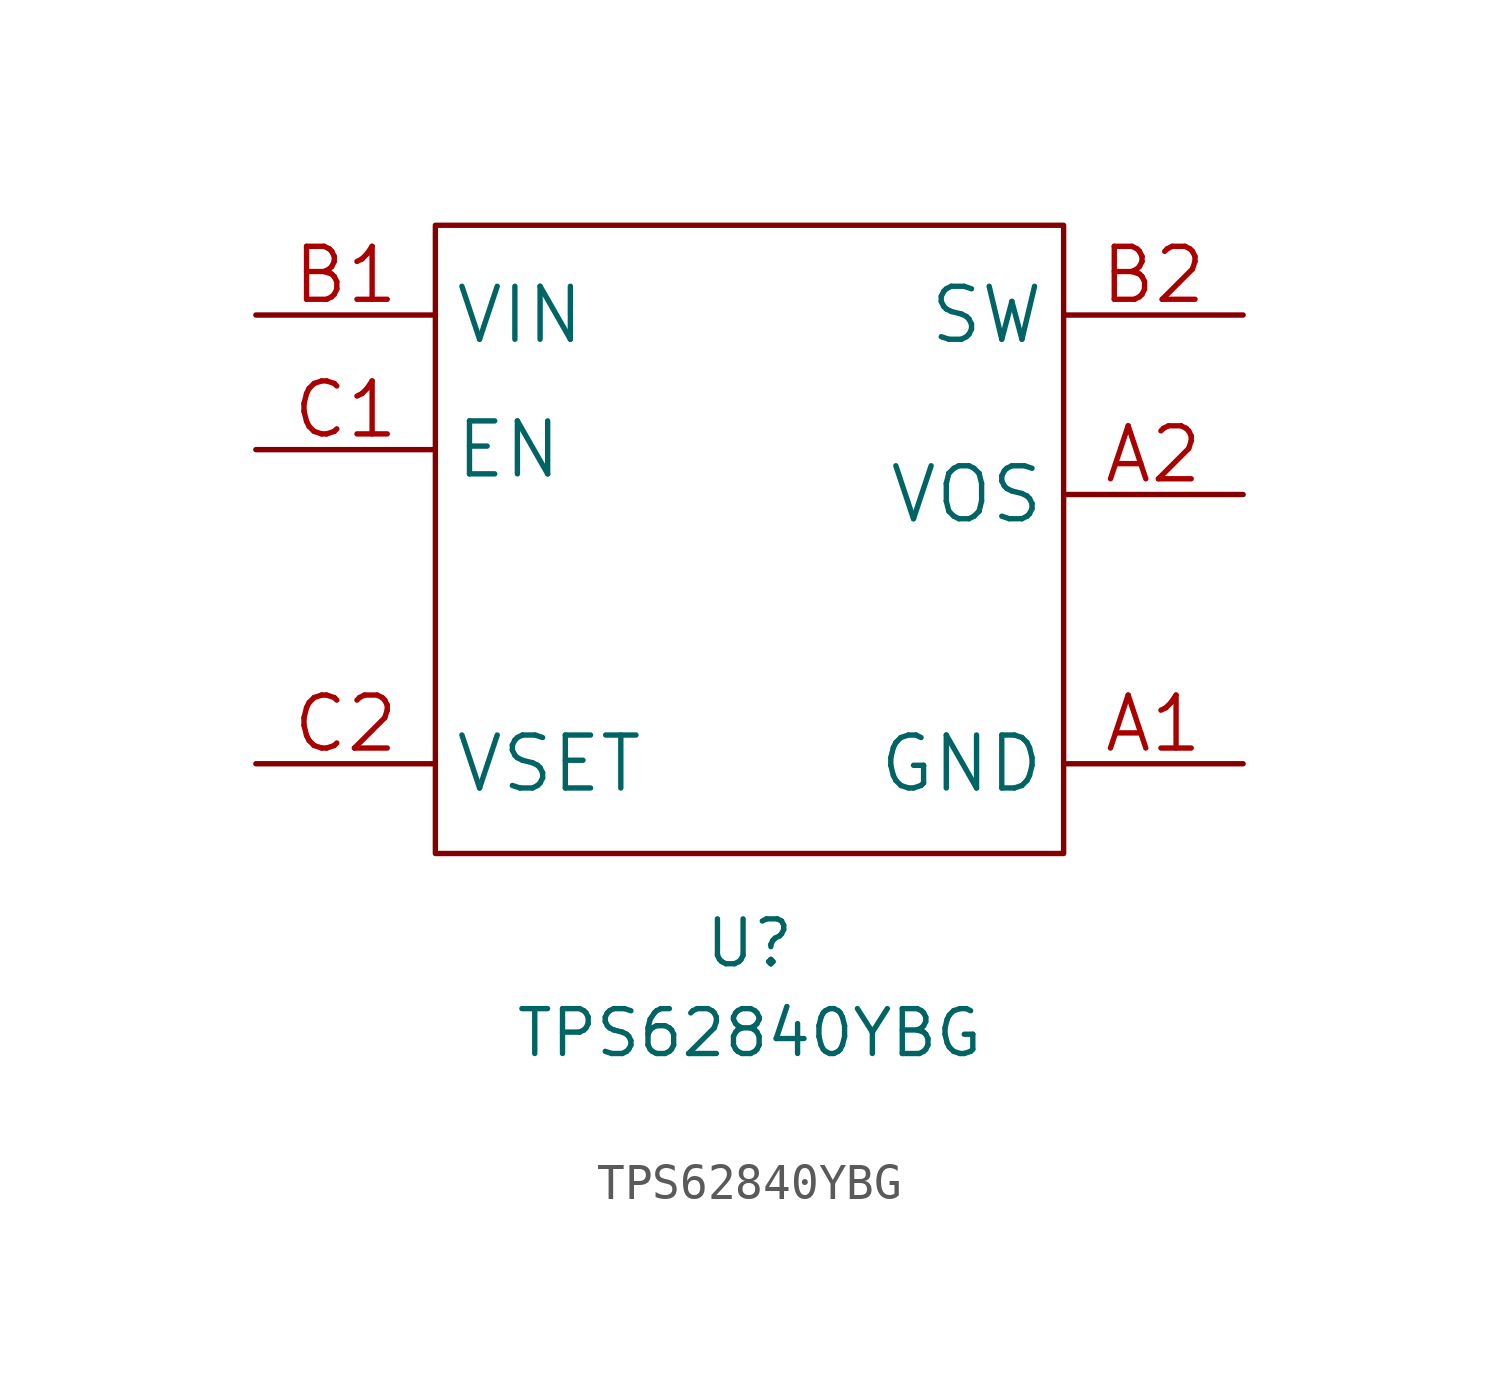
<source format=kicad_sym>
(kicad_symbol_lib
  (version 20211014)
  (generator kicad_symbol_editor)
  (symbol "TPS62840YBG"
    (property "Reference" "U"
      (at 0 -11.43 0)
      (effects (font (size 1.27 1.27))))
    (property "Value" "TPS62840YBG"
      (at 0 -13.97 0)
      (effects (font (size 1.27 1.27))))
    (symbol "TPS62840YBG_0_1"
      (rectangle (start -8.89 8.89) (end 8.89 -8.89) (stroke (width 0) (type default) (color 0 0 0 0)) (fill (type none))))
    (symbol "TPS62840YBG_1_1"
      (pin power_in line (at 13.97 -6.35 180) (length 5.08) (name "GND" (effects (font (size 1.499 1.499)))) (number "A1" (effects (font (size 1.499 1.499)))))
      (pin input line (at 13.97 1.27 180) (length 5.08) (name "VOS" (effects (font (size 1.499 1.499)))) (number "A2" (effects (font (size 1.499 1.499)))))
      (pin power_in line (at -13.97 6.35 0) (length 5.08) (name "VIN" (effects (font (size 1.499 1.499)))) (number "B1" (effects (font (size 1.499 1.499)))))
      (pin power_out line (at 13.97 6.35 180) (length 5.08) (name "SW" (effects (font (size 1.499 1.499)))) (number "B2" (effects (font (size 1.499 1.499)))))
      (pin input line (at -13.97 2.54 0) (length 5.08) (name "EN" (effects (font (size 1.499 1.499)))) (number "C1" (effects (font (size 1.499 1.499)))))
      (pin input line (at -13.97 -6.35 0) (length 5.08) (name "VSET" (effects (font (size 1.499 1.499)))) (number "C2" (effects (font (size 1.499 1.499))))))))
</source>
